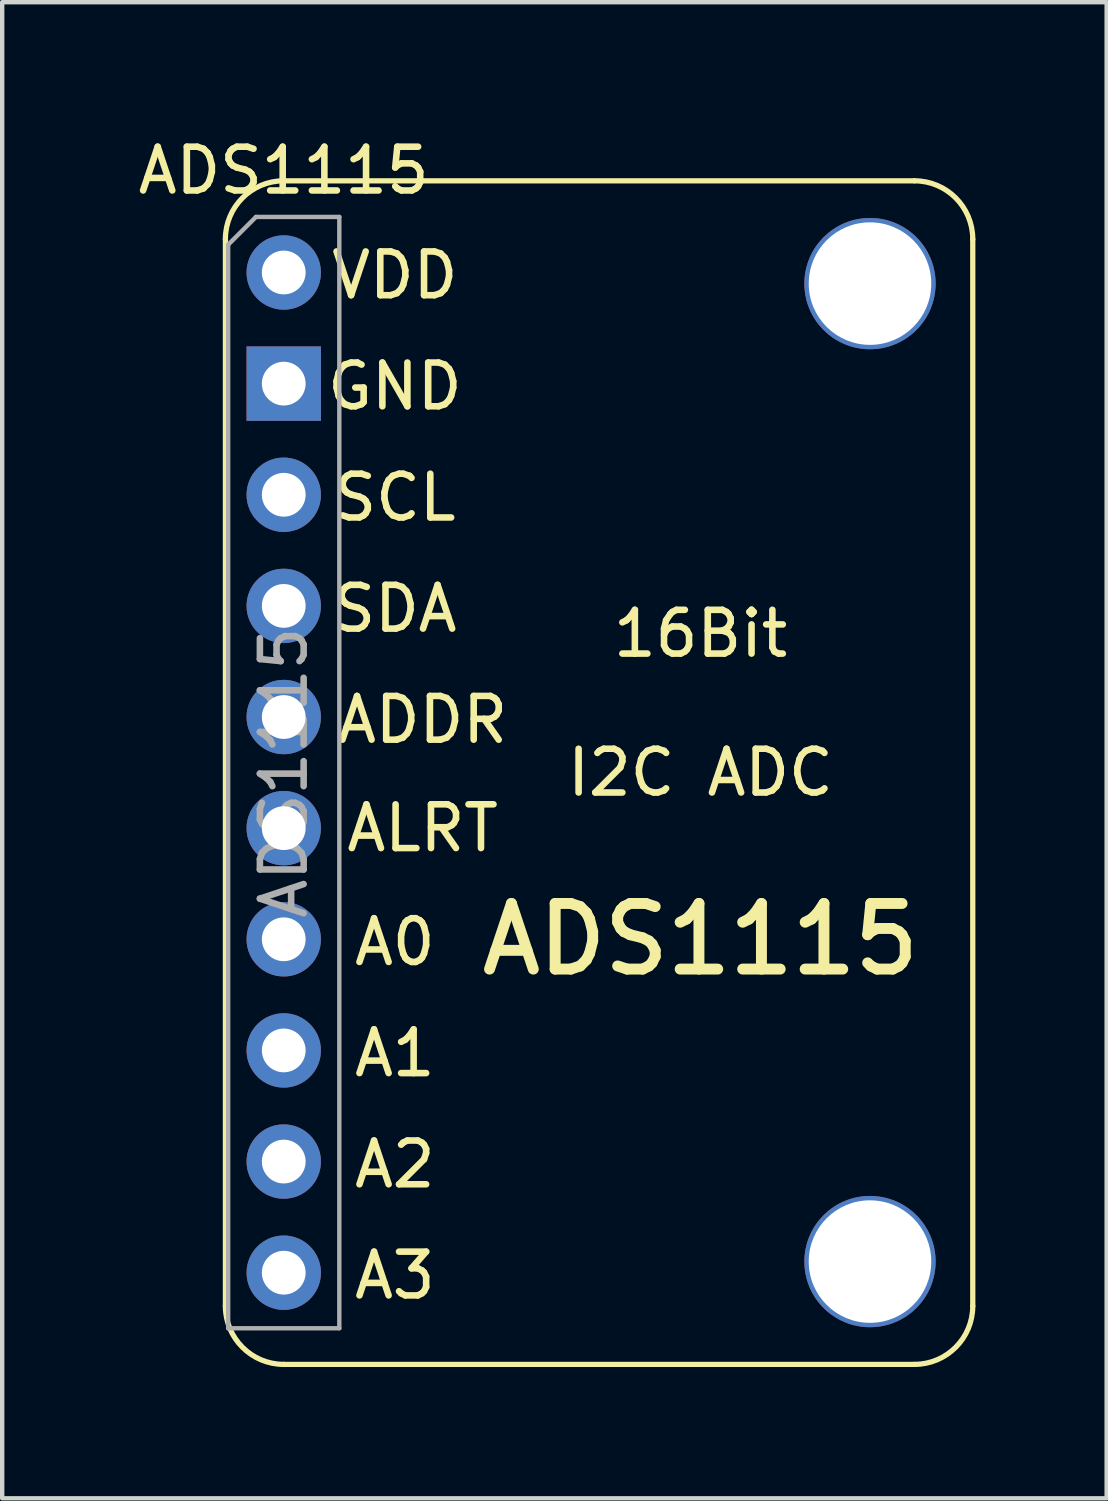
<source format=kicad_pcb>
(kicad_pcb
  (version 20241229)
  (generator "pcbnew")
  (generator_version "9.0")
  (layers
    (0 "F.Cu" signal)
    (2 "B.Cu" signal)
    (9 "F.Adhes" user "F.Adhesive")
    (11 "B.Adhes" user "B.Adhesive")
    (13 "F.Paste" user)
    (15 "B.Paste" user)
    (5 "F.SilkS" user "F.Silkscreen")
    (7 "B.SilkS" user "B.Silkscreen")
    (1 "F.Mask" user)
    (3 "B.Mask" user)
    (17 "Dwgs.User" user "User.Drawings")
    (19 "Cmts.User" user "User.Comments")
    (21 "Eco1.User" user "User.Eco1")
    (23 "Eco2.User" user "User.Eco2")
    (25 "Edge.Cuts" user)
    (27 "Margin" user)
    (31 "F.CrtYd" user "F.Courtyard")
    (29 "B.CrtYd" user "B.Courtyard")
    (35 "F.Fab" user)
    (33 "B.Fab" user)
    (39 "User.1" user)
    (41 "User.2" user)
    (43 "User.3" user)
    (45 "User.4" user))
  (footprint "ADS1115"
    (layer "F.Cu")
    (at 3.435 3.178)
    (property "Reference" "ADS1115" (at 0 -2.33 0) (layer "F.SilkS") (effects (font (size 1 1) (thickness 0.15))))
    (attr through_hole)
    (fp_line (start -1.333 -0.762) (end -1.333 23.622) (stroke (width 0.12) (type solid)) (layer "F.SilkS"))
    (fp_line (start 0 -2.095) (end 14.415 -2.095) (stroke (width 0.12) (type solid)) (layer "F.SilkS"))
    (fp_line (start 0 24.956) (end 14.415 24.956) (stroke (width 0.12) (type solid)) (layer "F.SilkS"))
    (fp_line (start 15.748 -0.762) (end 15.748 23.622) (stroke (width 0.12) (type solid)) (layer "F.SilkS"))
    (fp_arc (start -1.3335 -0.762) (mid -0.942927 -1.704927) (end 0 -2.0955) (stroke (width 0.12) (type solid)) (layer "F.SilkS"))
    (fp_arc (start 0 24.9555) (mid -0.942927 24.564927) (end -1.3335 23.622) (stroke (width 0.12) (type solid)) (layer "F.SilkS"))
    (fp_arc (start 14.4145 -2.0955) (mid 15.357427 -1.704927) (end 15.748 -0.762) (stroke (width 0.12) (type solid)) (layer "F.SilkS"))
    (fp_arc (start 15.748 23.622) (mid 15.357427 24.564927) (end 14.4145 24.9555) (stroke (width 0.12) (type solid)) (layer "F.SilkS"))
    (fp_line (start -1.27 -0.635) (end -0.635 -1.27) (stroke (width 0.1) (type solid)) (layer "F.Fab"))
    (fp_line (start -1.27 24.13) (end -1.27 -0.635) (stroke (width 0.1) (type solid)) (layer "F.Fab"))
    (fp_line (start -0.635 -1.27) (end 1.27 -1.27) (stroke (width 0.1) (type solid)) (layer "F.Fab"))
    (fp_line (start 1.27 -1.27) (end 1.27 24.13) (stroke (width 0.1) (type solid)) (layer "F.Fab"))
    (fp_line (start 1.27 24.13) (end -1.27 24.13) (stroke (width 0.1) (type solid)) (layer "F.Fab"))
    (fp_text user "I2C ADC" (at 9.525 11.43 0) (layer "F.SilkS") (effects (font (size 1 1) (thickness 0.15))))
    (fp_text user "A3" (at 2.54 22.924 0) (layer "F.SilkS") (effects (font (size 1 1) (thickness 0.15))))
    (fp_text user "ADS1115" (at 9.525 15.24 0) (layer "F.SilkS") (effects (font (size 1.5 1.5) (thickness 0.25))))
    (fp_text user "A1" (at 2.54 17.843 0) (layer "F.SilkS") (effects (font (size 1 1) (thickness 0.15))))
    (fp_text user "16Bit" (at 9.525 8.255 0) (layer "F.SilkS") (effects (font (size 1 1) (thickness 0.15))))
    (fp_text user "GND" (at 2.54 2.603 0) (layer "F.SilkS") (effects (font (size 1 1) (thickness 0.15))))
    (fp_text user "SDA" (at 2.54 7.684 0) (layer "F.SilkS") (effects (font (size 1 1) (thickness 0.15))))
    (fp_text user "VDD" (at 2.54 0.064 0) (layer "F.SilkS") (effects (font (size 1 1) (thickness 0.15))))
    (fp_text user "SCL" (at 2.54 5.144 0) (layer "F.SilkS") (effects (font (size 1 1) (thickness 0.15))))
    (fp_text user "A0" (at 2.54 15.303 0) (layer "F.SilkS") (effects (font (size 1 1) (thickness 0.15))))
    (fp_text user "ADDR" (at 3.175 10.223 0) (layer "F.SilkS") (effects (font (size 1 1) (thickness 0.15))))
    (fp_text user "A2" (at 2.54 20.384 0) (layer "F.SilkS") (effects (font (size 1 1) (thickness 0.15))))
    (fp_text user "ALRT" (at 3.175 12.7 0) (layer "F.SilkS") (effects (font (size 1 1) (thickness 0.15))))
    (fp_text user "${REFERENCE}" (at 0 11.43 90) (layer "F.Fab") (effects (font (size 1 1) (thickness 0.15))))
    (pad "" thru_hole circle (at 13.399 0.254) (size 3 3) (drill 2.8) (layers "*.Cu" "*.Mask"))
    (pad "" thru_hole circle (at 13.399 22.606) (size 3 3) (drill 2.8) (layers "*.Cu" "*.Mask"))
    (pad "1" thru_hole oval (at 0 10.16) (size 1.7 1.7) (drill 1) (layers "*.Cu" "*.Mask"))
    (pad "2" thru_hole oval (at 0 12.7) (size 1.7 1.7) (drill 1) (layers "*.Cu" "*.Mask"))
    (pad "3" thru_hole rect (at 0 2.54) (size 1.7 1.7) (drill 1) (layers "*.Cu" "*.Mask"))
    (pad "4" thru_hole oval (at 0 15.24) (size 1.7 1.7) (drill 1) (layers "*.Cu" "*.Mask"))
    (pad "5" thru_hole oval (at 0 17.78) (size 1.7 1.7) (drill 1) (layers "*.Cu" "*.Mask"))
    (pad "6" thru_hole oval (at 0 20.32) (size 1.7 1.7) (drill 1) (layers "*.Cu" "*.Mask"))
    (pad "7" thru_hole oval (at 0 22.86) (size 1.7 1.7) (drill 1) (layers "*.Cu" "*.Mask"))
    (pad "8" thru_hole circle (at 0 0) (size 1.7 1.7) (drill 1) (layers "*.Cu" "*.Mask"))
    (pad "9" thru_hole oval (at 0 7.62) (size 1.7 1.7) (drill 1) (layers "*.Cu" "*.Mask"))
    (pad "10" thru_hole oval (at 0 5.08) (size 1.7 1.7) (drill 1) (layers "*.Cu" "*.Mask")))
  (gr_rect
    (start -3 -3)
    (end 22.243 31.194)
    (stroke (width 0.1) (type default))
    (fill no)
    (layer "Edge.Cuts")))
</source>
